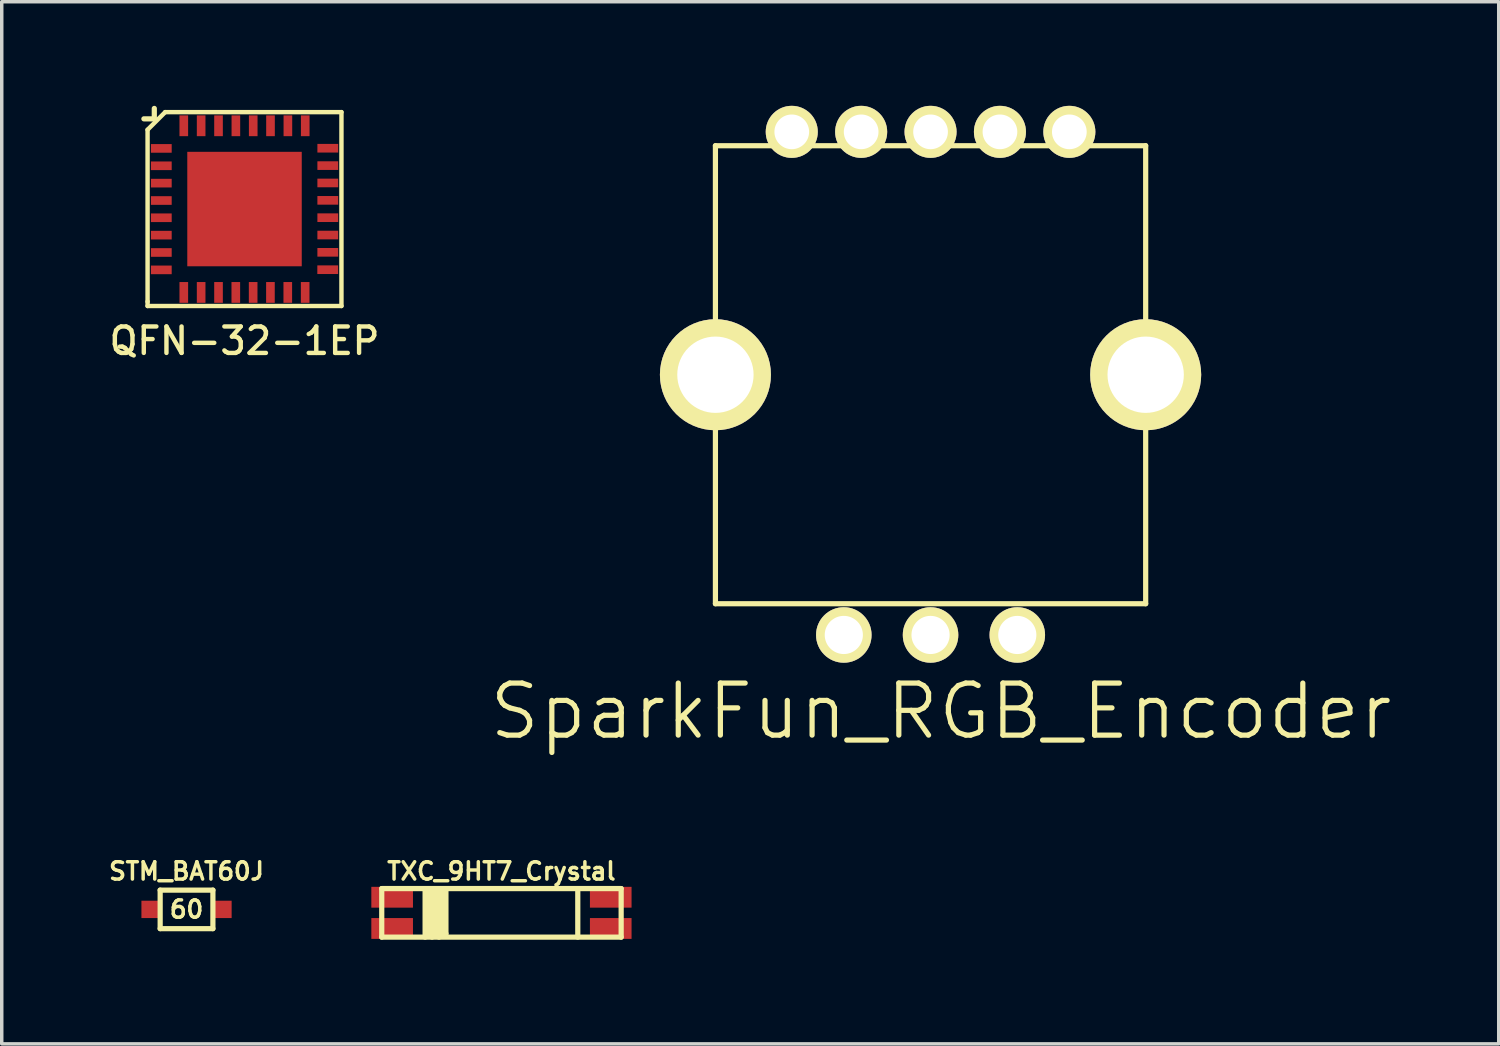
<source format=kicad_pcb>
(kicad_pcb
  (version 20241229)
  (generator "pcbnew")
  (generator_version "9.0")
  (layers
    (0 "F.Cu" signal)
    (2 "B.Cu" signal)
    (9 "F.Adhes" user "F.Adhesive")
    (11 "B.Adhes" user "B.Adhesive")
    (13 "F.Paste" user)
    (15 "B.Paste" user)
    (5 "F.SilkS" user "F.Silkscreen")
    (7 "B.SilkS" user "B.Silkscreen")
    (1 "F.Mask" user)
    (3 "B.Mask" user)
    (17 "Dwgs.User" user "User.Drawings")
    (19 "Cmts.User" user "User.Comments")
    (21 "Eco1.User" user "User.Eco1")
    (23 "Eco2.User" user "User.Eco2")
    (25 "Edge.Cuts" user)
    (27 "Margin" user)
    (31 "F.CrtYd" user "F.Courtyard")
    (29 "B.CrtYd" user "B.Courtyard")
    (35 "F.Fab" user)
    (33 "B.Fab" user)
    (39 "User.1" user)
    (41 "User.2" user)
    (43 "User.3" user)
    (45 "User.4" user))
  (footprint "TXC_9HT7_Crystal"
    (layer "F.Cu")
    (at 11.402 23.259)
    (property "Reference" "TXC_9HT7_Crystal" (at 0 -1.2 0) (layer "F.SilkS") (effects (font (size 0.5 0.5) (thickness 0.1))))
    (attr through_hole)
    (fp_line (start -3.45 -0.7) (end 3.45 -0.7) (stroke (width 0.15) (type solid)) (layer "F.SilkS"))
    (fp_line (start -3.45 0.7) (end -3.45 -0.7) (stroke (width 0.15) (type solid)) (layer "F.SilkS"))
    (fp_line (start -3.45 0.7) (end 3.45 0.7) (stroke (width 0.15) (type solid)) (layer "F.SilkS"))
    (fp_line (start -2.2 -0.7) (end -2.2 0.7) (stroke (width 0.15) (type solid)) (layer "F.SilkS"))
    (fp_line (start -2.1 -0.6) (end -2.1 0.6) (stroke (width 0.15) (type solid)) (layer "F.SilkS"))
    (fp_line (start -2.1 0.6) (end -1.9 0.6) (stroke (width 0.15) (type solid)) (layer "F.SilkS"))
    (fp_line (start -2 -0.7) (end -2 0.7) (stroke (width 0.15) (type solid)) (layer "F.SilkS"))
    (fp_line (start -1.9 0.6) (end -1.9 -0.6) (stroke (width 0.15) (type solid)) (layer "F.SilkS"))
    (fp_line (start -1.9 0.6) (end -1.6 0.6) (stroke (width 0.15) (type solid)) (layer "F.SilkS"))
    (fp_line (start -1.8 -0.6) (end -1.9 0.6) (stroke (width 0.15) (type solid)) (layer "F.SilkS"))
    (fp_line (start -1.8 0.7) (end -1.8 -0.6) (stroke (width 0.15) (type solid)) (layer "F.SilkS"))
    (fp_line (start -1.7 -0.7) (end -1.7 0.6) (stroke (width 0.15) (type solid)) (layer "F.SilkS"))
    (fp_line (start -1.6 0.6) (end -1.6 -0.7) (stroke (width 0.15) (type solid)) (layer "F.SilkS"))
    (fp_line (start 2.2 -0.7) (end 2.2 0.7) (stroke (width 0.15) (type solid)) (layer "F.SilkS"))
    (fp_line (start 3.45 -0.7) (end 3.45 0.7) (stroke (width 0.15) (type solid)) (layer "F.SilkS"))
    (pad "1" smd rect (at -3.15 0.45) (size 1.2 0.6) (layers "F.Cu" "F.Mask" "F.Paste"))
    (pad "2" smd rect (at 3.15 0.45) (size 1.2 0.6) (layers "F.Cu" "F.Mask" "F.Paste"))
    (pad "3" smd rect (at 3.15 -0.45) (size 1.2 0.6) (layers "F.Cu" "F.Mask" "F.Paste"))
    (pad "4" smd rect (at -3.15 -0.45) (size 1.2 0.6) (layers "F.Cu" "F.Mask" "F.Paste")))
  (footprint "STM_BAT60J"
    (layer "F.Cu")
    (at 2.326 23.159)
    (property "Reference" "STM_BAT60J" (at 0 -1.1 0) (layer "F.SilkS") (effects (font (size 0.5 0.5) (thickness 0.1))))
    (attr through_hole)
    (fp_line (start -0.76 -0.555) (end -0.76 0.555) (stroke (width 0.15) (type solid)) (layer "F.SilkS"))
    (fp_line (start -0.76 0.555) (end 0.76 0.555) (stroke (width 0.15) (type solid)) (layer "F.SilkS"))
    (fp_line (start 0.76 -0.555) (end -0.76 -0.555) (stroke (width 0.15) (type solid)) (layer "F.SilkS"))
    (fp_line (start 0.76 0.555) (end 0.76 -0.555) (stroke (width 0.15) (type solid)) (layer "F.SilkS"))
    (fp_text user "60" (at 0 0 0) (layer "F.SilkS") (effects (font (size 0.5 0.5) (thickness 0.1))))
    (pad "1" smd rect (at -1.05 0) (size 0.5 0.5) (layers "F.Cu" "F.Mask" "F.Paste"))
    (pad "2" smd rect (at 1.05 0) (size 0.5 0.5) (layers "F.Cu" "F.Mask" "F.Paste")))
  (footprint "SparkFun_RGB_Encoder"
    (layer "F.Cu")
    (at 23.769 7.75)
    (property "Reference" "SparkFun_RGB_Encoder" (at 0.3 9.7 0) (layer "F.SilkS") (effects (font (size 1.5 1.5) (thickness 0.15))))
    (attr through_hole)
    (fp_line (start -6.2 6.6) (end -6.2 -6.6) (stroke (width 0.15) (type solid)) (layer "F.SilkS"))
    (fp_line (start 6.2 -6.6) (end -6.2 -6.6) (stroke (width 0.15) (type solid)) (layer "F.SilkS"))
    (fp_line (start 6.2 -6.6) (end 6.2 6.6) (stroke (width 0.15) (type solid)) (layer "F.SilkS"))
    (fp_line (start 6.2 6.6) (end -6.2 6.6) (stroke (width 0.15) (type solid)) (layer "F.SilkS"))
    (pad "1" thru_hole circle (at -4 -7) (size 1.5 1.5) (drill 1) (layers "*.Cu" "*.Mask" "F.SilkS"))
    (pad "2" thru_hole circle (at -2 -7) (size 1.5 1.5) (drill 1) (layers "*.Cu" "*.Mask" "F.SilkS"))
    (pad "3" thru_hole circle (at 0 -7) (size 1.5 1.5) (drill 1) (layers "*.Cu" "*.Mask" "F.SilkS"))
    (pad "4" thru_hole circle (at 2 -7) (size 1.5 1.5) (drill 1) (layers "*.Cu" "*.Mask" "F.SilkS"))
    (pad "5" thru_hole circle (at 4 -7) (size 1.5 1.5) (drill 1) (layers "*.Cu" "*.Mask" "F.SilkS"))
    (pad "A" thru_hole circle (at -2.5 7.5) (size 1.6 1.6) (drill 1.1) (layers "*.Cu" "*.Mask" "F.SilkS"))
    (pad "B" thru_hole circle (at 2.5 7.5) (size 1.6 1.6) (drill 1.1) (layers "*.Cu" "*.Mask" "F.SilkS"))
    (pad "C" thru_hole circle (at 0 7.5) (size 1.6 1.6) (drill 1.1) (layers "*.Cu" "*.Mask" "F.SilkS"))
    (pad "G" thru_hole circle (at -6.2 0) (size 3.2 3.2) (drill 2.2) (layers "*.Cu" "*.Mask" "F.SilkS"))
    (pad "G" thru_hole circle (at 6.2 0) (size 3.2 3.2) (drill 2.2) (layers "*.Cu" "*.Mask" "F.SilkS")))
  (footprint "QFN-32-1EP"
    (layer "F.Cu")
    (at 3.997 2.975)
    (property "Reference" "QFN-32-1EP" (at 0 3.8 0) (layer "F.SilkS") (effects (font (size 0.762 0.762) (thickness 0.127))))
    (attr smd)
    (fp_line (start -2.794 -2.286) (end -2.286 -2.794) (stroke (width 0.127) (type solid)) (layer "F.SilkS"))
    (fp_line (start -2.794 2.667) (end -2.794 -2.286) (stroke (width 0.127) (type solid)) (layer "F.SilkS"))
    (fp_line (start -2.794 2.794) (end -2.794 2.667) (stroke (width 0.127) (type solid)) (layer "F.SilkS"))
    (fp_line (start -2.6 -2.6) (end -2.9 -2.6) (stroke (width 0.15) (type solid)) (layer "F.SilkS"))
    (fp_line (start -2.6 -2.6) (end -2.6 -2.9) (stroke (width 0.15) (type solid)) (layer "F.SilkS"))
    (fp_line (start -2.286 -2.794) (end 2.794 -2.794) (stroke (width 0.127) (type solid)) (layer "F.SilkS"))
    (fp_line (start 2.794 -2.794) (end 2.794 2.794) (stroke (width 0.127) (type solid)) (layer "F.SilkS"))
    (fp_line (start 2.794 2.794) (end -2.794 2.794) (stroke (width 0.127) (type solid)) (layer "F.SilkS"))
    (pad "1" smd rect (at -2.398 -1.748) (size 0.599 0.249) (layers "F.Cu" "F.Mask" "F.Paste"))
    (pad "2" smd rect (at -2.398 -1.247) (size 0.599 0.249) (layers "F.Cu" "F.Mask" "F.Paste"))
    (pad "3" smd rect (at -2.398 -0.747) (size 0.599 0.249) (layers "F.Cu" "F.Mask" "F.Paste"))
    (pad "4" smd rect (at -2.398 -0.246) (size 0.599 0.249) (layers "F.Cu" "F.Mask" "F.Paste"))
    (pad "5" smd rect (at -2.398 0.251) (size 0.599 0.249) (layers "F.Cu" "F.Mask" "F.Paste"))
    (pad "6" smd rect (at -2.398 0.752) (size 0.599 0.249) (layers "F.Cu" "F.Mask" "F.Paste"))
    (pad "7" smd rect (at -2.398 1.252) (size 0.599 0.249) (layers "F.Cu" "F.Mask" "F.Paste"))
    (pad "8" smd rect (at -2.398 1.753) (size 0.599 0.249) (layers "F.Cu" "F.Mask" "F.Paste"))
    (pad "9" smd rect (at -1.75 2.403) (size 0.249 0.599) (layers "F.Cu" "F.Mask" "F.Paste"))
    (pad "10" smd rect (at -1.25 2.403) (size 0.249 0.599) (layers "F.Cu" "F.Mask" "F.Paste"))
    (pad "11" smd rect (at -0.749 2.403) (size 0.249 0.599) (layers "F.Cu" "F.Mask" "F.Paste"))
    (pad "12" smd rect (at -0.251 2.403) (size 0.249 0.599) (layers "F.Cu" "F.Mask" "F.Paste"))
    (pad "13" smd rect (at 0.249 2.403) (size 0.249 0.599) (layers "F.Cu" "F.Mask" "F.Paste"))
    (pad "14" smd rect (at 0.747 2.403) (size 0.249 0.599) (layers "F.Cu" "F.Mask" "F.Paste"))
    (pad "15" smd rect (at 1.247 2.403) (size 0.249 0.599) (layers "F.Cu" "F.Mask" "F.Paste"))
    (pad "16" smd rect (at 1.748 2.403) (size 0.249 0.599) (layers "F.Cu" "F.Mask" "F.Paste"))
    (pad "17" smd rect (at 2.398 1.748) (size 0.599 0.249) (layers "F.Cu" "F.Mask" "F.Paste"))
    (pad "18" smd rect (at 2.4 1.247) (size 0.599 0.249) (layers "F.Cu" "F.Mask" "F.Paste"))
    (pad "19" smd rect (at 2.4 0.749) (size 0.599 0.249) (layers "F.Cu" "F.Mask" "F.Paste"))
    (pad "20" smd rect (at 2.4 0.249) (size 0.599 0.249) (layers "F.Cu" "F.Mask" "F.Paste"))
    (pad "21" smd rect (at 2.4 -0.251) (size 0.599 0.249) (layers "F.Cu" "F.Mask" "F.Paste"))
    (pad "22" smd rect (at 2.4 -0.752) (size 0.599 0.249) (layers "F.Cu" "F.Mask" "F.Paste"))
    (pad "23" smd rect (at 2.4 -1.252) (size 0.599 0.249) (layers "F.Cu" "F.Mask" "F.Paste"))
    (pad "24" smd rect (at 2.4 -1.753) (size 0.599 0.249) (layers "F.Cu" "F.Mask" "F.Paste"))
    (pad "25" smd rect (at 1.75 -2.4) (size 0.249 0.599) (layers "F.Cu" "F.Mask" "F.Paste"))
    (pad "26" smd rect (at 1.25 -2.4) (size 0.249 0.599) (layers "F.Cu" "F.Mask" "F.Paste"))
    (pad "27" smd rect (at 0.749 -2.4) (size 0.249 0.599) (layers "F.Cu" "F.Mask" "F.Paste"))
    (pad "28" smd rect (at 0.251 -2.4) (size 0.249 0.599) (layers "F.Cu" "F.Mask" "F.Paste"))
    (pad "29" smd rect (at -0.249 -2.4) (size 0.249 0.599) (layers "F.Cu" "F.Mask" "F.Paste"))
    (pad "30" smd rect (at -0.749 -2.4) (size 0.249 0.599) (layers "F.Cu" "F.Mask" "F.Paste"))
    (pad "31" smd rect (at -1.25 -2.4) (size 0.249 0.599) (layers "F.Cu" "F.Mask" "F.Paste"))
    (pad "32" smd rect (at -1.75 -2.4) (size 0.249 0.599) (layers "F.Cu" "F.Mask" "F.Paste"))
    (pad "33" smd rect (at 0 0) (size 3.299 3.299) (layers "F.Cu" "F.Mask" "F.Paste")))
  (gr_rect
    (start -3 -3)
    (end 40.144 27.034)
    (stroke (width 0.1) (type default))
    (fill no)
    (layer "Edge.Cuts")))
</source>
